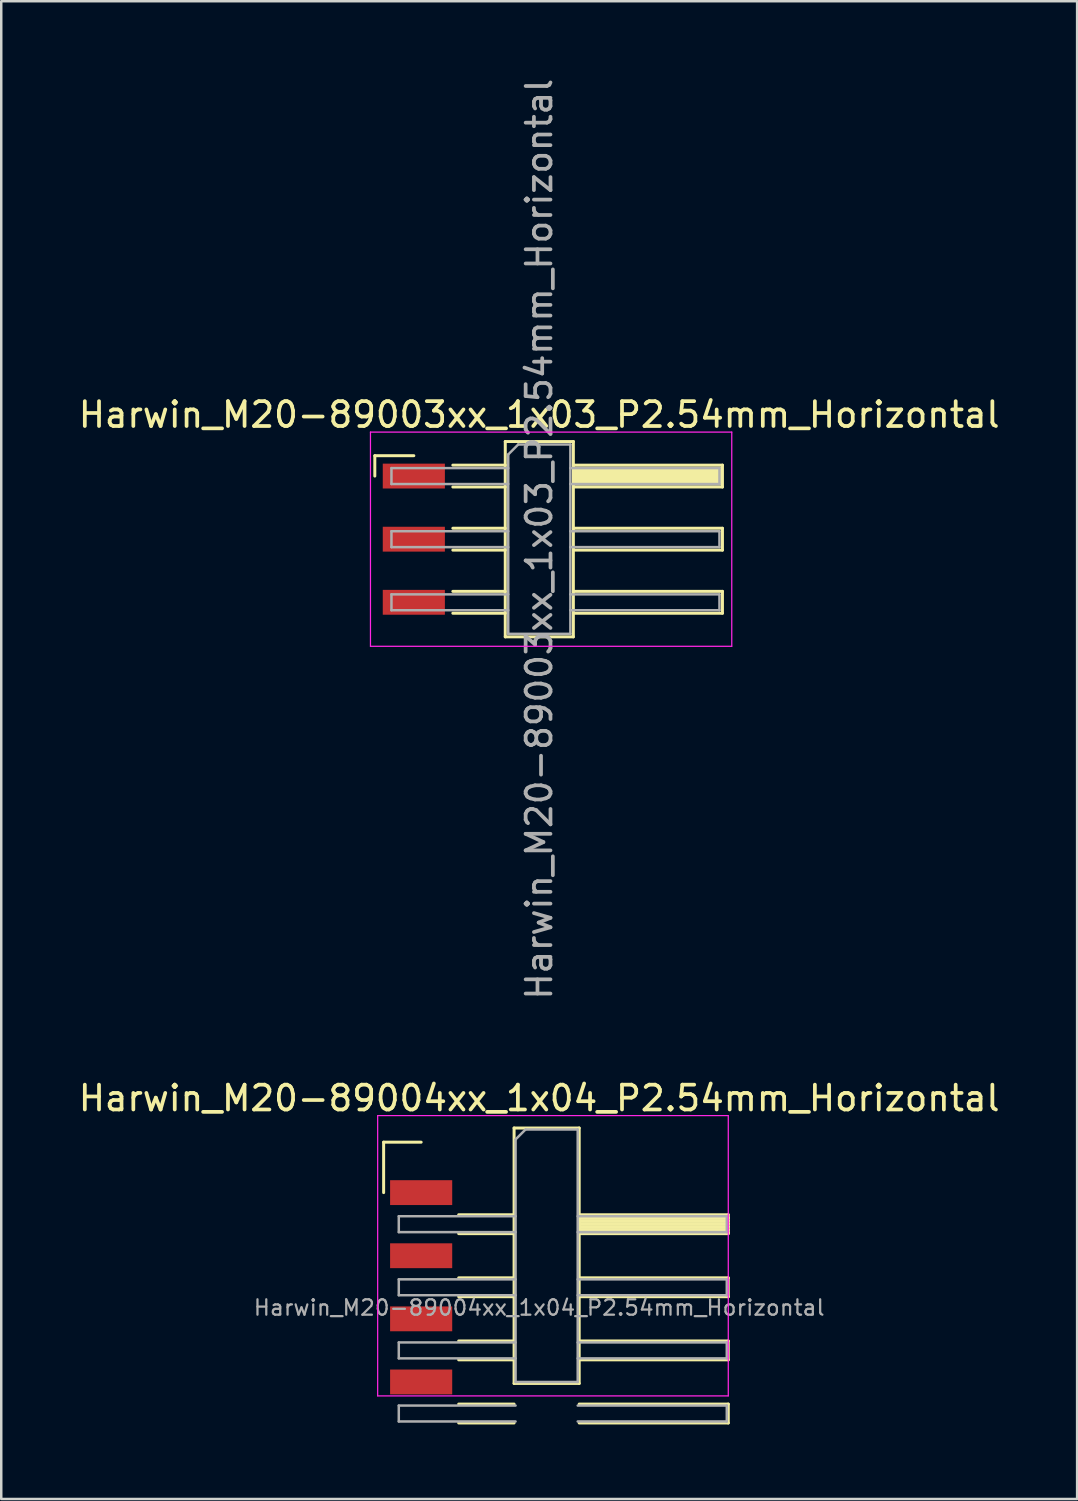
<source format=kicad_pcb>
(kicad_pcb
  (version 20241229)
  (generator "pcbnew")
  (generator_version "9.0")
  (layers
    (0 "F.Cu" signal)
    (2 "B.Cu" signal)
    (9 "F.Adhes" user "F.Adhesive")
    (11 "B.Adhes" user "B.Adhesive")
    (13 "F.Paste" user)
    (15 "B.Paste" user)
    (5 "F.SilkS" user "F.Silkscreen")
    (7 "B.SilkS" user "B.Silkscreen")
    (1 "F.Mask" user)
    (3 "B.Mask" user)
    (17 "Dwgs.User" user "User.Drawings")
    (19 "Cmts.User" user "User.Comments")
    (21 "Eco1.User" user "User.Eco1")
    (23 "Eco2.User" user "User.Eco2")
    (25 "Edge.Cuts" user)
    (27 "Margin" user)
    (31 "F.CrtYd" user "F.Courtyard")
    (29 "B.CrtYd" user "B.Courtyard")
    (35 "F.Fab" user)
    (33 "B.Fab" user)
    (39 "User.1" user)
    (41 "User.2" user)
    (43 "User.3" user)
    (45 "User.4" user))
  (footprint "Harwin_M20-89004xx_1x04_P2.54mm_Horizontal"
    (layer "F.Cu")
    (at 13.899 44.946)
    (property "Reference" "Harwin_M20-89004xx_1x04_P2.54mm_Horizontal" (at 4.75 -3.8 0) (layer "F.SilkS") (effects (font (size 1 1) (thickness 0.15))))
    (attr smd)
    (fp_line (start -1.51 -2.03) (end 0 -2.03) (stroke (width 0.12) (type solid)) (layer "F.SilkS"))
    (fp_line (start -1.51 0) (end -1.51 -2.03) (stroke (width 0.12) (type solid)) (layer "F.SilkS"))
    (fp_line (start 1.51 0.89) (end 3.74 0.89) (stroke (width 0.12) (type solid)) (layer "F.SilkS"))
    (fp_line (start 1.51 1.65) (end 3.74 1.65) (stroke (width 0.12) (type solid)) (layer "F.SilkS"))
    (fp_line (start 1.51 3.43) (end 3.74 3.43) (stroke (width 0.12) (type solid)) (layer "F.SilkS"))
    (fp_line (start 1.51 4.19) (end 3.74 4.19) (stroke (width 0.12) (type solid)) (layer "F.SilkS"))
    (fp_line (start 1.51 5.97) (end 3.74 5.97) (stroke (width 0.12) (type solid)) (layer "F.SilkS"))
    (fp_line (start 1.51 6.73) (end 3.74 6.73) (stroke (width 0.12) (type solid)) (layer "F.SilkS"))
    (fp_line (start 1.51 8.51) (end 3.74 8.51) (stroke (width 0.12) (type solid)) (layer "F.SilkS"))
    (fp_line (start 1.51 9.27) (end 3.74 9.27) (stroke (width 0.12) (type solid)) (layer "F.SilkS"))
    (fp_line (start 3.74 -2.6) (end 6.36 -2.6) (stroke (width 0.12) (type solid)) (layer "F.SilkS"))
    (fp_line (start 3.74 7.68) (end 3.74 -2.6) (stroke (width 0.12) (type solid)) (layer "F.SilkS"))
    (fp_line (start 6.36 -2.6) (end 6.36 7.68) (stroke (width 0.12) (type solid)) (layer "F.SilkS"))
    (fp_line (start 6.36 0.89) (end 12.36 0.89) (stroke (width 0.12) (type solid)) (layer "F.SilkS"))
    (fp_line (start 6.36 1.01) (end 6.36 1.01) (stroke (width 0.12) (type solid)) (layer "F.SilkS"))
    (fp_line (start 6.36 1.01) (end 12.36 1.01) (stroke (width 0.12) (type solid)) (layer "F.SilkS"))
    (fp_line (start 6.36 1.13) (end 6.36 1.13) (stroke (width 0.12) (type solid)) (layer "F.SilkS"))
    (fp_line (start 6.36 1.13) (end 12.36 1.13) (stroke (width 0.12) (type solid)) (layer "F.SilkS"))
    (fp_line (start 6.36 1.25) (end 6.36 1.25) (stroke (width 0.12) (type solid)) (layer "F.SilkS"))
    (fp_line (start 6.36 1.25) (end 12.36 1.25) (stroke (width 0.12) (type solid)) (layer "F.SilkS"))
    (fp_line (start 6.36 1.37) (end 6.36 1.37) (stroke (width 0.12) (type solid)) (layer "F.SilkS"))
    (fp_line (start 6.36 1.37) (end 12.36 1.37) (stroke (width 0.12) (type solid)) (layer "F.SilkS"))
    (fp_line (start 6.36 1.49) (end 6.36 1.49) (stroke (width 0.12) (type solid)) (layer "F.SilkS"))
    (fp_line (start 6.36 1.49) (end 12.36 1.49) (stroke (width 0.12) (type solid)) (layer "F.SilkS"))
    (fp_line (start 6.36 1.61) (end 6.36 1.61) (stroke (width 0.12) (type solid)) (layer "F.SilkS"))
    (fp_line (start 6.36 1.61) (end 12.36 1.61) (stroke (width 0.12) (type solid)) (layer "F.SilkS"))
    (fp_line (start 6.36 3.43) (end 12.36 3.43) (stroke (width 0.12) (type solid)) (layer "F.SilkS"))
    (fp_line (start 6.36 5.97) (end 12.36 5.97) (stroke (width 0.12) (type solid)) (layer "F.SilkS"))
    (fp_line (start 6.36 7.68) (end 3.74 7.68) (stroke (width 0.12) (type solid)) (layer "F.SilkS"))
    (fp_line (start 6.36 8.51) (end 12.36 8.51) (stroke (width 0.12) (type solid)) (layer "F.SilkS"))
    (fp_line (start 12.36 0.89) (end 12.36 1.65) (stroke (width 0.12) (type solid)) (layer "F.SilkS"))
    (fp_line (start 12.36 1.01) (end 6.36 1.01) (stroke (width 0.12) (type solid)) (layer "F.SilkS"))
    (fp_line (start 12.36 1.01) (end 12.36 1.01) (stroke (width 0.12) (type solid)) (layer "F.SilkS"))
    (fp_line (start 12.36 1.13) (end 6.36 1.13) (stroke (width 0.12) (type solid)) (layer "F.SilkS"))
    (fp_line (start 12.36 1.13) (end 12.36 1.13) (stroke (width 0.12) (type solid)) (layer "F.SilkS"))
    (fp_line (start 12.36 1.25) (end 6.36 1.25) (stroke (width 0.12) (type solid)) (layer "F.SilkS"))
    (fp_line (start 12.36 1.25) (end 12.36 1.25) (stroke (width 0.12) (type solid)) (layer "F.SilkS"))
    (fp_line (start 12.36 1.37) (end 6.36 1.37) (stroke (width 0.12) (type solid)) (layer "F.SilkS"))
    (fp_line (start 12.36 1.37) (end 12.36 1.37) (stroke (width 0.12) (type solid)) (layer "F.SilkS"))
    (fp_line (start 12.36 1.49) (end 6.36 1.49) (stroke (width 0.12) (type solid)) (layer "F.SilkS"))
    (fp_line (start 12.36 1.49) (end 12.36 1.49) (stroke (width 0.12) (type solid)) (layer "F.SilkS"))
    (fp_line (start 12.36 1.61) (end 6.36 1.61) (stroke (width 0.12) (type solid)) (layer "F.SilkS"))
    (fp_line (start 12.36 1.61) (end 12.36 1.61) (stroke (width 0.12) (type solid)) (layer "F.SilkS"))
    (fp_line (start 12.36 1.65) (end 6.36 1.65) (stroke (width 0.12) (type solid)) (layer "F.SilkS"))
    (fp_line (start 12.36 3.43) (end 12.36 4.19) (stroke (width 0.12) (type solid)) (layer "F.SilkS"))
    (fp_line (start 12.36 4.19) (end 6.36 4.19) (stroke (width 0.12) (type solid)) (layer "F.SilkS"))
    (fp_line (start 12.36 5.97) (end 12.36 6.73) (stroke (width 0.12) (type solid)) (layer "F.SilkS"))
    (fp_line (start 12.36 6.73) (end 6.36 6.73) (stroke (width 0.12) (type solid)) (layer "F.SilkS"))
    (fp_line (start 12.36 8.51) (end 12.36 9.27) (stroke (width 0.12) (type solid)) (layer "F.SilkS"))
    (fp_line (start 12.36 9.27) (end 6.36 9.27) (stroke (width 0.12) (type solid)) (layer "F.SilkS"))
    (fp_line (start -1.75 -3.1) (end 12.36 -3.1) (stroke (width 0.05) (type solid)) (layer "F.CrtYd"))
    (fp_line (start -1.75 8.18) (end -1.75 -3.1) (stroke (width 0.05) (type solid)) (layer "F.CrtYd"))
    (fp_line (start 12.36 -3.1) (end 12.36 8.18) (stroke (width 0.05) (type solid)) (layer "F.CrtYd"))
    (fp_line (start 12.36 8.18) (end -1.75 8.18) (stroke (width 0.05) (type solid)) (layer "F.CrtYd"))
    (fp_line (start -0.9 0.95) (end -0.9 1.59) (stroke (width 0.1) (type solid)) (layer "F.Fab"))
    (fp_line (start -0.9 1.59) (end 3.8 1.59) (stroke (width 0.1) (type solid)) (layer "F.Fab"))
    (fp_line (start -0.9 3.49) (end -0.9 4.13) (stroke (width 0.1) (type solid)) (layer "F.Fab"))
    (fp_line (start -0.9 4.13) (end 3.8 4.13) (stroke (width 0.1) (type solid)) (layer "F.Fab"))
    (fp_line (start -0.9 6.03) (end -0.9 6.67) (stroke (width 0.1) (type solid)) (layer "F.Fab"))
    (fp_line (start -0.9 6.67) (end 3.8 6.67) (stroke (width 0.1) (type solid)) (layer "F.Fab"))
    (fp_line (start -0.9 8.57) (end -0.9 9.21) (stroke (width 0.1) (type solid)) (layer "F.Fab"))
    (fp_line (start -0.9 9.21) (end 3.8 9.21) (stroke (width 0.1) (type solid)) (layer "F.Fab"))
    (fp_line (start 3.8 -2.14) (end 4.2 -2.54) (stroke (width 0.1) (type solid)) (layer "F.Fab"))
    (fp_line (start 3.8 0.95) (end -0.9 0.95) (stroke (width 0.1) (type solid)) (layer "F.Fab"))
    (fp_line (start 3.8 3.49) (end -0.9 3.49) (stroke (width 0.1) (type solid)) (layer "F.Fab"))
    (fp_line (start 3.8 6.03) (end -0.9 6.03) (stroke (width 0.1) (type solid)) (layer "F.Fab"))
    (fp_line (start 3.8 7.62) (end 3.8 -2.14) (stroke (width 0.1) (type solid)) (layer "F.Fab"))
    (fp_line (start 3.8 8.57) (end -0.9 8.57) (stroke (width 0.1) (type solid)) (layer "F.Fab"))
    (fp_line (start 4.2 -2.54) (end 6.3 -2.54) (stroke (width 0.1) (type solid)) (layer "F.Fab"))
    (fp_line (start 6.3 -2.54) (end 6.3 7.62) (stroke (width 0.1) (type solid)) (layer "F.Fab"))
    (fp_line (start 6.3 0.95) (end 12.3 0.95) (stroke (width 0.1) (type solid)) (layer "F.Fab"))
    (fp_line (start 6.3 3.49) (end 12.3 3.49) (stroke (width 0.1) (type solid)) (layer "F.Fab"))
    (fp_line (start 6.3 6.03) (end 12.3 6.03) (stroke (width 0.1) (type solid)) (layer "F.Fab"))
    (fp_line (start 6.3 7.62) (end 3.8 7.62) (stroke (width 0.1) (type solid)) (layer "F.Fab"))
    (fp_line (start 6.3 8.57) (end 12.3 8.57) (stroke (width 0.1) (type solid)) (layer "F.Fab"))
    (fp_line (start 12.3 0.95) (end 12.3 1.59) (stroke (width 0.1) (type solid)) (layer "F.Fab"))
    (fp_line (start 12.3 1.59) (end 6.3 1.59) (stroke (width 0.1) (type solid)) (layer "F.Fab"))
    (fp_line (start 12.3 3.49) (end 12.3 4.13) (stroke (width 0.1) (type solid)) (layer "F.Fab"))
    (fp_line (start 12.3 4.13) (end 6.3 4.13) (stroke (width 0.1) (type solid)) (layer "F.Fab"))
    (fp_line (start 12.3 6.03) (end 12.3 6.67) (stroke (width 0.1) (type solid)) (layer "F.Fab"))
    (fp_line (start 12.3 6.67) (end 6.3 6.67) (stroke (width 0.1) (type solid)) (layer "F.Fab"))
    (fp_line (start 12.3 8.57) (end 12.3 9.21) (stroke (width 0.1) (type solid)) (layer "F.Fab"))
    (fp_line (start 12.3 9.21) (end 6.3 9.21) (stroke (width 0.1) (type solid)) (layer "F.Fab"))
    (fp_text user "${REFERENCE}" (at 4.75 4.63 0) (layer "F.Fab") (effects (font (size 0.62 0.62) (thickness 0.09))))
    (pad "1" smd rect (at 0 0) (size 2.5 1) (layers "F.Cu" "F.Mask" "F.Paste"))
    (pad "2" smd rect (at 0 2.54) (size 2.5 1) (layers "F.Cu" "F.Mask" "F.Paste"))
    (pad "3" smd rect (at 0 5.08) (size 2.5 1) (layers "F.Cu" "F.Mask" "F.Paste"))
    (pad "4" smd rect (at 0 7.62) (size 2.5 1) (layers "F.Cu" "F.Mask" "F.Paste")))
  (footprint "Harwin_M20-89003xx_1x03_P2.54mm_Horizontal"
    (layer "F.Cu")
    (at 20.379 18.649)
    (property "Reference" "Harwin_M20-89003xx_1x03_P2.54mm_Horizontal" (at -1.73 -5.01 0) (layer "F.SilkS") (effects (font (size 1 1) (thickness 0.15))))
    (attr smd)
    (fp_line (start -8.345 -3.36) (end -6.775 -3.36) (stroke (width 0.12) (type solid)) (layer "F.SilkS"))
    (fp_line (start -8.345 -2.54) (end -8.345 -3.36) (stroke (width 0.12) (type solid)) (layer "F.SilkS"))
    (fp_line (start -5.205 -2.98) (end -3.095 -2.98) (stroke (width 0.12) (type solid)) (layer "F.SilkS"))
    (fp_line (start -5.205 -2.1) (end -3.095 -2.1) (stroke (width 0.12) (type solid)) (layer "F.SilkS"))
    (fp_line (start -5.205 -0.44) (end -3.095 -0.44) (stroke (width 0.12) (type solid)) (layer "F.SilkS"))
    (fp_line (start -5.205 0.44) (end -3.095 0.44) (stroke (width 0.12) (type solid)) (layer "F.SilkS"))
    (fp_line (start -5.205 2.1) (end -3.095 2.1) (stroke (width 0.12) (type solid)) (layer "F.SilkS"))
    (fp_line (start -5.205 2.98) (end -3.095 2.98) (stroke (width 0.12) (type solid)) (layer "F.SilkS"))
    (fp_line (start -3.095 -3.93) (end -0.355 -3.93) (stroke (width 0.12) (type solid)) (layer "F.SilkS"))
    (fp_line (start -3.095 3.93) (end -3.095 -3.93) (stroke (width 0.12) (type solid)) (layer "F.SilkS"))
    (fp_line (start -0.355 -3.93) (end -0.355 3.93) (stroke (width 0.12) (type solid)) (layer "F.SilkS"))
    (fp_line (start -0.355 -2.98) (end 5.645 -2.98) (stroke (width 0.12) (type solid)) (layer "F.SilkS"))
    (fp_line (start -0.355 -0.44) (end 5.645 -0.44) (stroke (width 0.12) (type solid)) (layer "F.SilkS"))
    (fp_line (start -0.355 2.1) (end 5.645 2.1) (stroke (width 0.12) (type solid)) (layer "F.SilkS"))
    (fp_line (start -0.355 3.93) (end -3.095 3.93) (stroke (width 0.12) (type solid)) (layer "F.SilkS"))
    (fp_line (start 5.645 -2.98) (end 5.645 -2.1) (stroke (width 0.12) (type solid)) (layer "F.SilkS"))
    (fp_line (start 5.645 -2.1) (end -0.355 -2.1) (stroke (width 0.12) (type solid)) (layer "F.SilkS"))
    (fp_line (start 5.645 -0.44) (end 5.645 0.44) (stroke (width 0.12) (type solid)) (layer "F.SilkS"))
    (fp_line (start 5.645 0.44) (end -0.355 0.44) (stroke (width 0.12) (type solid)) (layer "F.SilkS"))
    (fp_line (start 5.645 2.1) (end 5.645 2.98) (stroke (width 0.12) (type solid)) (layer "F.SilkS"))
    (fp_line (start 5.645 2.98) (end -0.355 2.98) (stroke (width 0.12) (type solid)) (layer "F.SilkS"))
    (fp_line (start -8.52 -4.31) (end 6.02 -4.31) (stroke (width 0.05) (type solid)) (layer "F.CrtYd"))
    (fp_line (start -8.52 4.31) (end -8.52 -4.31) (stroke (width 0.05) (type solid)) (layer "F.CrtYd"))
    (fp_line (start 6.02 -4.31) (end 6.02 4.31) (stroke (width 0.05) (type solid)) (layer "F.CrtYd"))
    (fp_line (start 6.02 4.31) (end -8.52 4.31) (stroke (width 0.05) (type solid)) (layer "F.CrtYd"))
    (fp_line (start -7.675 -2.86) (end -7.675 -2.22) (stroke (width 0.1) (type solid)) (layer "F.Fab"))
    (fp_line (start -7.675 -2.22) (end -2.975 -2.22) (stroke (width 0.1) (type solid)) (layer "F.Fab"))
    (fp_line (start -7.675 -0.32) (end -7.675 0.32) (stroke (width 0.1) (type solid)) (layer "F.Fab"))
    (fp_line (start -7.675 0.32) (end -2.975 0.32) (stroke (width 0.1) (type solid)) (layer "F.Fab"))
    (fp_line (start -7.675 2.22) (end -7.675 2.86) (stroke (width 0.1) (type solid)) (layer "F.Fab"))
    (fp_line (start -7.675 2.86) (end -2.975 2.86) (stroke (width 0.1) (type solid)) (layer "F.Fab"))
    (fp_line (start -2.975 -3.41) (end -2.575 -3.81) (stroke (width 0.1) (type solid)) (layer "F.Fab"))
    (fp_line (start -2.975 -2.86) (end -7.675 -2.86) (stroke (width 0.1) (type solid)) (layer "F.Fab"))
    (fp_line (start -2.975 -0.32) (end -7.675 -0.32) (stroke (width 0.1) (type solid)) (layer "F.Fab"))
    (fp_line (start -2.975 2.22) (end -7.675 2.22) (stroke (width 0.1) (type solid)) (layer "F.Fab"))
    (fp_line (start -2.975 3.81) (end -2.975 -3.41) (stroke (width 0.1) (type solid)) (layer "F.Fab"))
    (fp_line (start -2.575 -3.81) (end -0.475 -3.81) (stroke (width 0.1) (type solid)) (layer "F.Fab"))
    (fp_line (start -0.475 -3.81) (end -0.475 3.81) (stroke (width 0.1) (type solid)) (layer "F.Fab"))
    (fp_line (start -0.475 -2.86) (end 5.525 -2.86) (stroke (width 0.1) (type solid)) (layer "F.Fab"))
    (fp_line (start -0.475 -0.32) (end 5.525 -0.32) (stroke (width 0.1) (type solid)) (layer "F.Fab"))
    (fp_line (start -0.475 2.22) (end 5.525 2.22) (stroke (width 0.1) (type solid)) (layer "F.Fab"))
    (fp_line (start -0.475 3.81) (end -2.975 3.81) (stroke (width 0.1) (type solid)) (layer "F.Fab"))
    (fp_line (start 5.525 -2.86) (end 5.525 -2.22) (stroke (width 0.1) (type solid)) (layer "F.Fab"))
    (fp_line (start 5.525 -2.22) (end -0.475 -2.22) (stroke (width 0.1) (type solid)) (layer "F.Fab"))
    (fp_line (start 5.525 -0.32) (end 5.525 0.32) (stroke (width 0.1) (type solid)) (layer "F.Fab"))
    (fp_line (start 5.525 0.32) (end -0.475 0.32) (stroke (width 0.1) (type solid)) (layer "F.Fab"))
    (fp_line (start 5.525 2.22) (end 5.525 2.86) (stroke (width 0.1) (type solid)) (layer "F.Fab"))
    (fp_line (start 5.525 2.86) (end -0.475 2.86) (stroke (width 0.1) (type solid)) (layer "F.Fab"))
    (fp_text user "${REFERENCE}" (at -1.73 0 90) (layer "F.Fab") (effects (font (size 1 1) (thickness 0.15))))
    (pad "" smd rect (at 2.645 -2.54) (size 6 0.76) (layers "F.SilkS"))
    (pad "1" smd rect (at -6.775 -2.54) (size 2.5 1) (layers "F.Cu" "F.Mask" "F.Paste"))
    (pad "2" smd rect (at -6.775 0) (size 2.5 1) (layers "F.Cu" "F.Mask" "F.Paste"))
    (pad "3" smd rect (at -6.775 2.54) (size 2.5 1) (layers "F.Cu" "F.Mask" "F.Paste")))
  (gr_rect
    (start -3 -3)
    (end 40.298 57.276)
    (stroke (width 0.1) (type default))
    (fill no)
    (layer "Edge.Cuts")))
</source>
